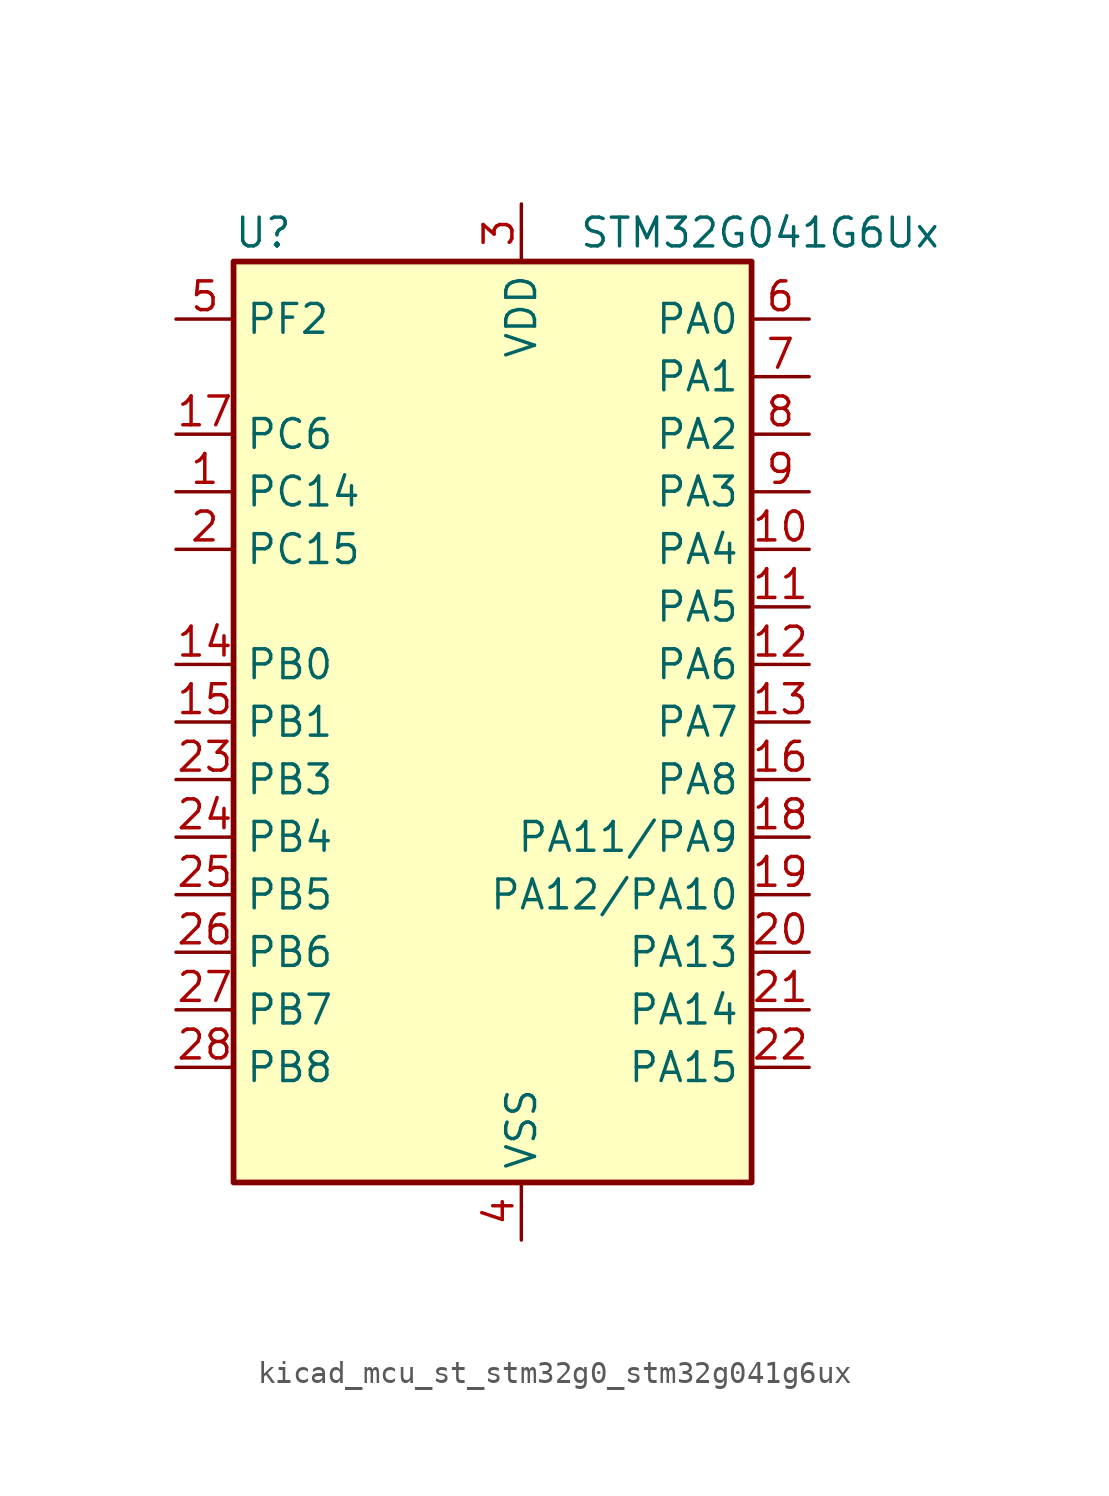
<source format=kicad_sym>
(kicad_symbol_lib
  (version 20220914)
  (generator kicad_symbol_editor)
  (symbol "kicad_mcu_st_stm32g0_stm32g041g6ux"
    (property "Reference" "U"
      (at -10.16 21.59 0)
      (effects (font (size 1.27 1.27)) (justify left)))
    (property "Value" "STM32G041G6Ux"
      (at 5.08 21.59 0)
      (effects (font (size 1.27 1.27)) (justify left)))
    (property "ki_locked" ""
      (at 0 0 0)
      (effects (font (size 1.27 1.27))))
    (symbol "kicad_mcu_st_stm32g0_stm32g041g6ux_0_1"
      (rectangle (start -10.16 -20.32) (end 12.7 20.32) (stroke (width 0.254) (type default)) (fill (type background))))
    (symbol "kicad_mcu_st_stm32g0_stm32g041g6ux_1_1"
      (pin bidirectional line (at -12.7 10.16 0) (length 2.54) (name "PC14" (effects (font (size 1.27 1.27)))) (number "1" (effects (font (size 1.27 1.27)))) (alternate "RCC_OSC32_IN" bidirectional line) (alternate "RCC_OSC_IN" bidirectional line) (alternate "TIM1_BK2" bidirectional line))
      (pin bidirectional line (at 15.24 7.62 180) (length 2.54) (name "PA4" (effects (font (size 1.27 1.27)))) (number "10" (effects (font (size 1.27 1.27)))) (alternate "ADC1_IN4" bidirectional line) (alternate "I2S1_WS" bidirectional line) (alternate "LPTIM2_OUT" bidirectional line) (alternate "RTC_OUT_ALARM" bidirectional line) (alternate "RTC_OUT_CALIB" bidirectional line) (alternate "RTC_TAMP_IN1" bidirectional line) (alternate "RTC_TS" bidirectional line) (alternate "SPI1_NSS" bidirectional line) (alternate "SPI2_MOSI" bidirectional line) (alternate "SYS_WKUP2" bidirectional line) (alternate "TIM14_CH1" bidirectional line))
      (pin bidirectional line (at 15.24 5.08 180) (length 2.54) (name "PA5" (effects (font (size 1.27 1.27)))) (number "11" (effects (font (size 1.27 1.27)))) (alternate "ADC1_IN5" bidirectional line) (alternate "I2S1_CK" bidirectional line) (alternate "LPTIM2_ETR" bidirectional line) (alternate "SPI1_SCK" bidirectional line) (alternate "TIM2_CH1" bidirectional line) (alternate "TIM2_ETR" bidirectional line))
      (pin bidirectional line (at 15.24 2.54 180) (length 2.54) (name "PA6" (effects (font (size 1.27 1.27)))) (number "12" (effects (font (size 1.27 1.27)))) (alternate "ADC1_IN6" bidirectional line) (alternate "I2S1_MCK" bidirectional line) (alternate "LPUART1_CTS" bidirectional line) (alternate "SPI1_MISO" bidirectional line) (alternate "TIM16_CH1" bidirectional line) (alternate "TIM1_BK" bidirectional line) (alternate "TIM3_CH1" bidirectional line))
      (pin bidirectional line (at 15.24 0 180) (length 2.54) (name "PA7" (effects (font (size 1.27 1.27)))) (number "13" (effects (font (size 1.27 1.27)))) (alternate "ADC1_IN7" bidirectional line) (alternate "I2S1_SD" bidirectional line) (alternate "SPI1_MOSI" bidirectional line) (alternate "TIM14_CH1" bidirectional line) (alternate "TIM17_CH1" bidirectional line) (alternate "TIM1_CH1N" bidirectional line) (alternate "TIM3_CH2" bidirectional line))
      (pin bidirectional line (at -12.7 2.54 0) (length 2.54) (name "PB0" (effects (font (size 1.27 1.27)))) (number "14" (effects (font (size 1.27 1.27)))) (alternate "ADC1_IN8" bidirectional line) (alternate "I2S1_WS" bidirectional line) (alternate "LPTIM1_OUT" bidirectional line) (alternate "SPI1_NSS" bidirectional line) (alternate "TIM1_CH2N" bidirectional line) (alternate "TIM3_CH3" bidirectional line))
      (pin bidirectional line (at -12.7 0 0) (length 2.54) (name "PB1" (effects (font (size 1.27 1.27)))) (number "15" (effects (font (size 1.27 1.27)))) (alternate "ADC1_IN9" bidirectional line) (alternate "LPTIM2_IN1" bidirectional line) (alternate "LPUART1_DE" bidirectional line) (alternate "LPUART1_RTS" bidirectional line) (alternate "TIM14_CH1" bidirectional line) (alternate "TIM1_CH3N" bidirectional line) (alternate "TIM3_CH4" bidirectional line))
      (pin bidirectional line (at 15.24 -2.54 180) (length 2.54) (name "PA8" (effects (font (size 1.27 1.27)))) (number "16" (effects (font (size 1.27 1.27)))) (alternate "LPTIM2_OUT" bidirectional line) (alternate "RCC_MCO" bidirectional line) (alternate "SPI2_NSS" bidirectional line) (alternate "TIM1_CH1" bidirectional line))
      (pin bidirectional line (at -12.7 12.7 0) (length 2.54) (name "PC6" (effects (font (size 1.27 1.27)))) (number "17" (effects (font (size 1.27 1.27)))) (alternate "TIM2_CH3" bidirectional line) (alternate "TIM3_CH1" bidirectional line))
      (pin bidirectional line (at 15.24 -5.08 180) (length 2.54) (name "PA11/PA9" (effects (font (size 1.27 1.27)))) (number "18" (effects (font (size 1.27 1.27)))) (alternate "ADC1_EXTI11" bidirectional line) (alternate "ADC1_IN15" bidirectional line) (alternate "I2C2_SCL" bidirectional line) (alternate "I2S1_MCK" bidirectional line) (alternate "SPI1_MISO" bidirectional line) (alternate "TIM1_BK2" bidirectional line) (alternate "TIM1_CH4" bidirectional line) (alternate "USART1_CTS" bidirectional line) (alternate "USART1_NSS" bidirectional line))
      (pin bidirectional line (at 15.24 -7.62 180) (length 2.54) (name "PA12/PA10" (effects (font (size 1.27 1.27)))) (number "19" (effects (font (size 1.27 1.27)))) (alternate "ADC1_IN16" bidirectional line) (alternate "I2C2_SDA" bidirectional line) (alternate "I2S1_SD" bidirectional line) (alternate "I2S_CKIN" bidirectional line) (alternate "SPI1_MOSI" bidirectional line) (alternate "TIM1_ETR" bidirectional line) (alternate "USART1_CK" bidirectional line) (alternate "USART1_DE" bidirectional line) (alternate "USART1_RTS" bidirectional line))
      (pin bidirectional line (at -12.7 7.62 0) (length 2.54) (name "PC15" (effects (font (size 1.27 1.27)))) (number "2" (effects (font (size 1.27 1.27)))) (alternate "RCC_OSC32_EN" bidirectional line) (alternate "RCC_OSC32_OUT" bidirectional line) (alternate "RCC_OSC_EN" bidirectional line))
      (pin bidirectional line (at 15.24 -10.16 180) (length 2.54) (name "PA13" (effects (font (size 1.27 1.27)))) (number "20" (effects (font (size 1.27 1.27)))) (alternate "ADC1_IN17" bidirectional line) (alternate "IR_OUT" bidirectional line) (alternate "SYS_SWDIO" bidirectional line))
      (pin bidirectional line (at 15.24 -12.7 180) (length 2.54) (name "PA14" (effects (font (size 1.27 1.27)))) (number "21" (effects (font (size 1.27 1.27)))) (alternate "ADC1_IN18" bidirectional line) (alternate "SYS_SWCLK" bidirectional line) (alternate "USART2_TX" bidirectional line))
      (pin bidirectional line (at 15.24 -15.24 180) (length 2.54) (name "PA15" (effects (font (size 1.27 1.27)))) (number "22" (effects (font (size 1.27 1.27)))) (alternate "I2S1_WS" bidirectional line) (alternate "SPI1_NSS" bidirectional line) (alternate "TIM2_CH1" bidirectional line) (alternate "TIM2_ETR" bidirectional line) (alternate "USART2_RX" bidirectional line))
      (pin bidirectional line (at -12.7 -2.54 0) (length 2.54) (name "PB3" (effects (font (size 1.27 1.27)))) (number "23" (effects (font (size 1.27 1.27)))) (alternate "I2S1_CK" bidirectional line) (alternate "SPI1_SCK" bidirectional line) (alternate "TIM1_CH2" bidirectional line) (alternate "TIM2_CH2" bidirectional line) (alternate "USART1_CK" bidirectional line) (alternate "USART1_DE" bidirectional line) (alternate "USART1_RTS" bidirectional line))
      (pin bidirectional line (at -12.7 -5.08 0) (length 2.54) (name "PB4" (effects (font (size 1.27 1.27)))) (number "24" (effects (font (size 1.27 1.27)))) (alternate "I2S1_MCK" bidirectional line) (alternate "SPI1_MISO" bidirectional line) (alternate "TIM17_BK" bidirectional line) (alternate "TIM3_CH1" bidirectional line) (alternate "USART1_CTS" bidirectional line) (alternate "USART1_NSS" bidirectional line))
      (pin bidirectional line (at -12.7 -7.62 0) (length 2.54) (name "PB5" (effects (font (size 1.27 1.27)))) (number "25" (effects (font (size 1.27 1.27)))) (alternate "I2C1_SMBA" bidirectional line) (alternate "I2S1_SD" bidirectional line) (alternate "LPTIM1_IN1" bidirectional line) (alternate "SPI1_MOSI" bidirectional line) (alternate "SYS_WKUP6" bidirectional line) (alternate "TIM16_BK" bidirectional line) (alternate "TIM3_CH2" bidirectional line))
      (pin bidirectional line (at -12.7 -10.16 0) (length 2.54) (name "PB6" (effects (font (size 1.27 1.27)))) (number "26" (effects (font (size 1.27 1.27)))) (alternate "I2C1_SCL" bidirectional line) (alternate "LPTIM1_ETR" bidirectional line) (alternate "SPI2_MISO" bidirectional line) (alternate "TIM16_CH1N" bidirectional line) (alternate "TIM1_CH3" bidirectional line) (alternate "USART1_TX" bidirectional line))
      (pin bidirectional line (at -12.7 -12.7 0) (length 2.54) (name "PB7" (effects (font (size 1.27 1.27)))) (number "27" (effects (font (size 1.27 1.27)))) (alternate "ADC1_IN11" bidirectional line) (alternate "I2C1_SDA" bidirectional line) (alternate "LPTIM1_IN2" bidirectional line) (alternate "SPI2_MOSI" bidirectional line) (alternate "SYS_PVD_IN" bidirectional line) (alternate "TIM17_CH1N" bidirectional line) (alternate "USART1_RX" bidirectional line))
      (pin bidirectional line (at -12.7 -15.24 0) (length 2.54) (name "PB8" (effects (font (size 1.27 1.27)))) (number "28" (effects (font (size 1.27 1.27)))) (alternate "I2C1_SCL" bidirectional line) (alternate "SPI2_SCK" bidirectional line) (alternate "TIM16_CH1" bidirectional line))
      (pin power_in line (at 2.54 22.86 270) (length 2.54) (name "VDD" (effects (font (size 1.27 1.27)))) (number "3" (effects (font (size 1.27 1.27)))))
      (pin power_in line (at 2.54 -22.86 90) (length 2.54) (name "VSS" (effects (font (size 1.27 1.27)))) (number "4" (effects (font (size 1.27 1.27)))))
      (pin bidirectional line (at -12.7 17.78 0) (length 2.54) (name "PF2" (effects (font (size 1.27 1.27)))) (number "5" (effects (font (size 1.27 1.27)))) (alternate "RCC_MCO" bidirectional line))
      (pin bidirectional line (at 15.24 17.78 180) (length 2.54) (name "PA0" (effects (font (size 1.27 1.27)))) (number "6" (effects (font (size 1.27 1.27)))) (alternate "ADC1_IN0" bidirectional line) (alternate "LPTIM1_OUT" bidirectional line) (alternate "RTC_TAMP_IN2" bidirectional line) (alternate "SPI2_SCK" bidirectional line) (alternate "SYS_WKUP1" bidirectional line) (alternate "TIM2_CH1" bidirectional line) (alternate "TIM2_ETR" bidirectional line) (alternate "USART2_CTS" bidirectional line) (alternate "USART2_NSS" bidirectional line))
      (pin bidirectional line (at 15.24 15.24 180) (length 2.54) (name "PA1" (effects (font (size 1.27 1.27)))) (number "7" (effects (font (size 1.27 1.27)))) (alternate "ADC1_IN1" bidirectional line) (alternate "I2C1_SMBA" bidirectional line) (alternate "I2S1_CK" bidirectional line) (alternate "SPI1_SCK" bidirectional line) (alternate "TIM2_CH2" bidirectional line) (alternate "USART2_CK" bidirectional line) (alternate "USART2_DE" bidirectional line) (alternate "USART2_RTS" bidirectional line))
      (pin bidirectional line (at 15.24 12.7 180) (length 2.54) (name "PA2" (effects (font (size 1.27 1.27)))) (number "8" (effects (font (size 1.27 1.27)))) (alternate "ADC1_IN2" bidirectional line) (alternate "I2S1_SD" bidirectional line) (alternate "LPUART1_TX" bidirectional line) (alternate "RCC_LSCO" bidirectional line) (alternate "SPI1_MOSI" bidirectional line) (alternate "SYS_WKUP4" bidirectional line) (alternate "TIM2_CH3" bidirectional line) (alternate "USART2_TX" bidirectional line))
      (pin bidirectional line (at 15.24 10.16 180) (length 2.54) (name "PA3" (effects (font (size 1.27 1.27)))) (number "9" (effects (font (size 1.27 1.27)))) (alternate "ADC1_IN3" bidirectional line) (alternate "LPUART1_RX" bidirectional line) (alternate "SPI2_MISO" bidirectional line) (alternate "TIM2_CH4" bidirectional line) (alternate "USART2_RX" bidirectional line)))))
</source>
